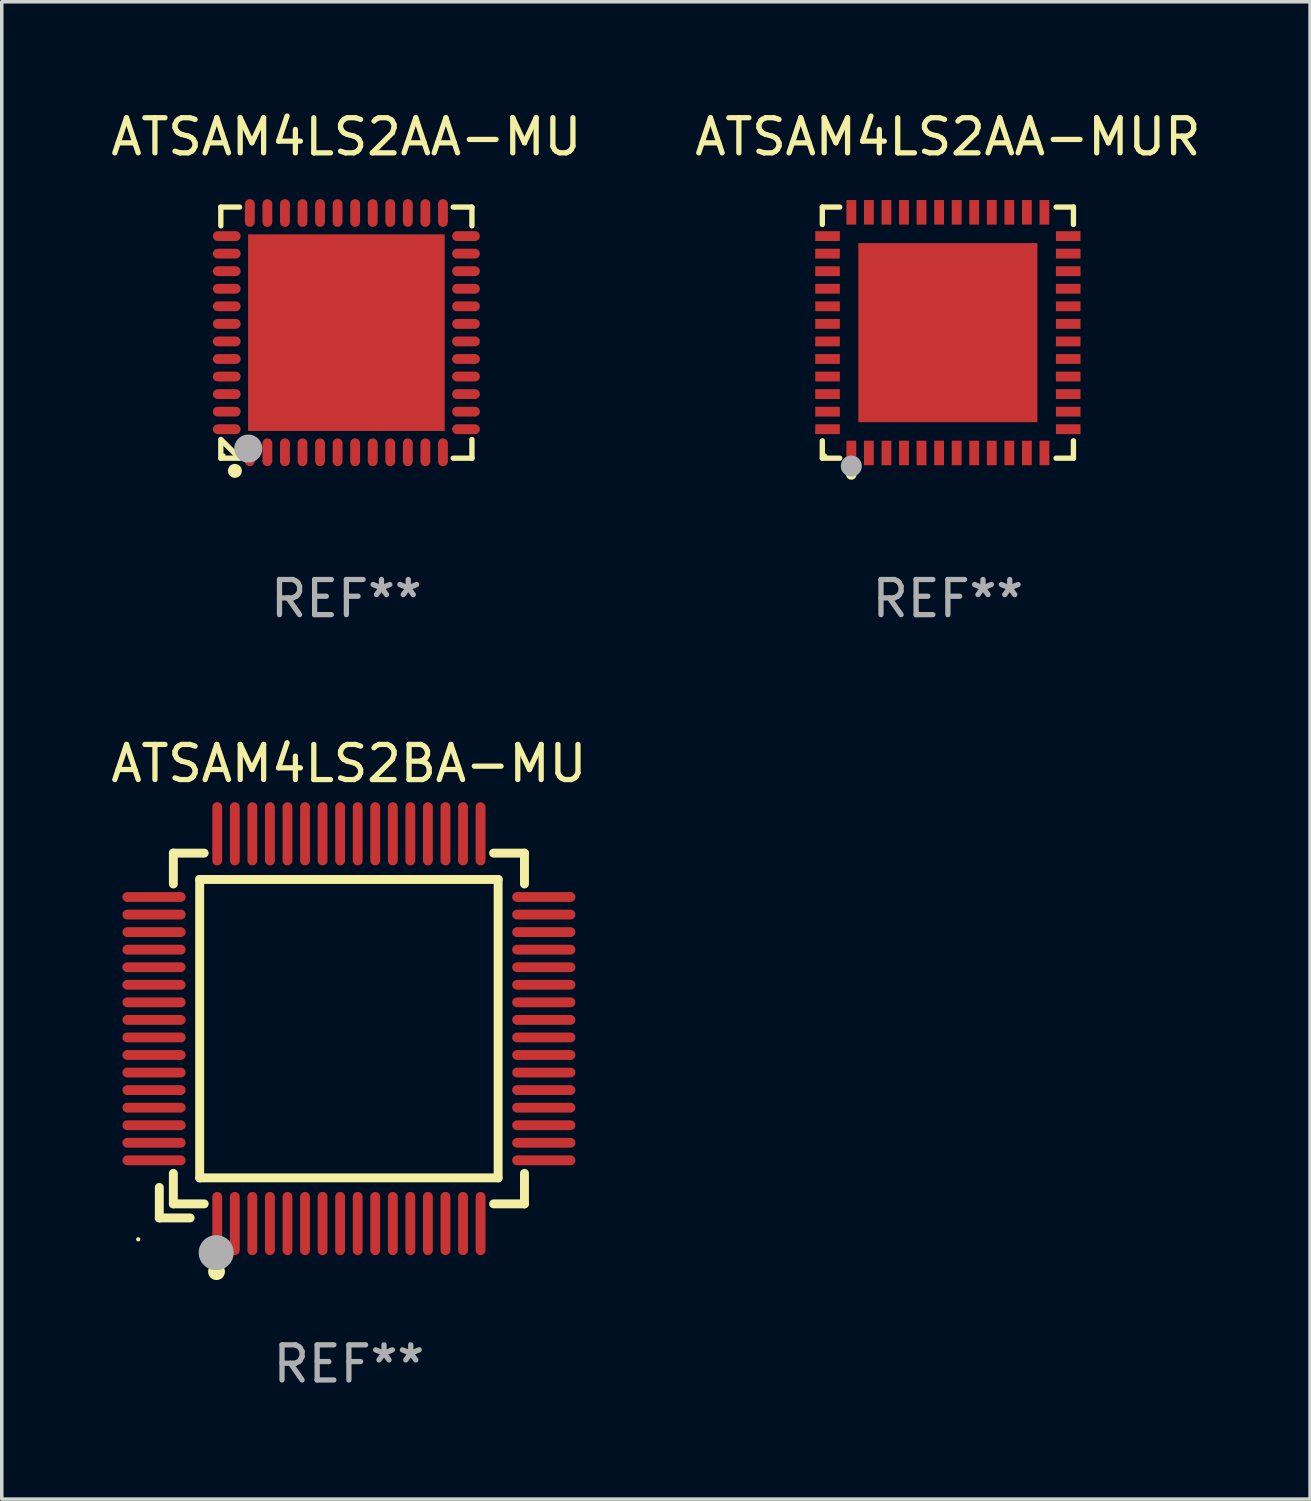
<source format=kicad_pcb>
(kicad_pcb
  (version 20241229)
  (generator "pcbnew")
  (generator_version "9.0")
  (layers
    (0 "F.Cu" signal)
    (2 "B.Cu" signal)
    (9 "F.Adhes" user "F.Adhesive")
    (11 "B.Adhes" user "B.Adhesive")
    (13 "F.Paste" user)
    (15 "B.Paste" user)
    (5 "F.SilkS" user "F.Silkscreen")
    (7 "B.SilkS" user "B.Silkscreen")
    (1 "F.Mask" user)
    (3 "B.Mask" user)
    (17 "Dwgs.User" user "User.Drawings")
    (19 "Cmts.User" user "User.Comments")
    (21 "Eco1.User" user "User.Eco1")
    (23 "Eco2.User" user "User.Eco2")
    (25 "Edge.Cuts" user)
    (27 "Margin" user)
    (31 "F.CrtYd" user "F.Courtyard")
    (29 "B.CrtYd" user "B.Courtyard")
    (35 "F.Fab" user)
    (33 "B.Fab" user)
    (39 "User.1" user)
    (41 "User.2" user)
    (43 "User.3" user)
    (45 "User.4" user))
  (footprint "ATSAM4LS2AA-MU"
    (layer "F.Cu")
    (at 6.815 6.424)
    (property "Reference" "ATSAM4LS2AA-MU" (at 0 -5.576 0) (layer "F.SilkS") (effects (font (size 1 1) (thickness 0.15))))
    (attr through_hole)
    (fp_line (start -3.576 -3.576) (end -3.576 -3.042) (stroke (width 0.152) (type solid)) (layer "F.SilkS"))
    (fp_line (start -3.576 3.576) (end -3.576 3.042) (stroke (width 0.152) (type solid)) (layer "F.SilkS"))
    (fp_line (start -3.069 3.549) (end -3.549 3.069) (stroke (width 0.152) (type solid)) (layer "F.SilkS"))
    (fp_line (start -3.042 -3.576) (end -3.576 -3.576) (stroke (width 0.152) (type solid)) (layer "F.SilkS"))
    (fp_line (start -3.042 3.576) (end -3.576 3.576) (stroke (width 0.152) (type solid)) (layer "F.SilkS"))
    (fp_line (start 3.042 -3.576) (end 3.576 -3.576) (stroke (width 0.152) (type solid)) (layer "F.SilkS"))
    (fp_line (start 3.042 3.576) (end 3.576 3.576) (stroke (width 0.152) (type solid)) (layer "F.SilkS"))
    (fp_line (start 3.576 -3.576) (end 3.576 -3.042) (stroke (width 0.152) (type solid)) (layer "F.SilkS"))
    (fp_line (start 3.576 3.576) (end 3.576 3.042) (stroke (width 0.152) (type solid)) (layer "F.SilkS"))
    (fp_circle (center -3.5 3.5) (end -3.47 3.5) (stroke (width 0.06) (type solid)) (fill no) (layer "F.SilkS"))
    (fp_circle (center -3.175 3.937) (end -3.075 3.937) (stroke (width 0.2) (type solid)) (fill no) (layer "F.SilkS"))
    (fp_circle (center -2.794 3.302) (end -2.594 3.302) (stroke (width 0.4) (type solid)) (fill no) (layer "F.Fab"))
    (fp_text user "REF**" (at 0 7.576 0) (layer "F.Fab") (effects (font (size 1 1) (thickness 0.15))))
    (pad "1" smd oval (at -2.75 3.407) (size 0.28 0.79) (layers "F.Cu" "F.Mask" "F.Paste"))
    (pad "2" smd oval (at -2.25 3.407) (size 0.28 0.79) (layers "F.Cu" "F.Mask" "F.Paste"))
    (pad "3" smd oval (at -1.75 3.407) (size 0.28 0.79) (layers "F.Cu" "F.Mask" "F.Paste"))
    (pad "4" smd oval (at -1.25 3.407) (size 0.28 0.79) (layers "F.Cu" "F.Mask" "F.Paste"))
    (pad "5" smd oval (at -0.75 3.407) (size 0.28 0.79) (layers "F.Cu" "F.Mask" "F.Paste"))
    (pad "6" smd oval (at -0.25 3.407) (size 0.28 0.79) (layers "F.Cu" "F.Mask" "F.Paste"))
    (pad "7" smd oval (at 0.25 3.407) (size 0.28 0.79) (layers "F.Cu" "F.Mask" "F.Paste"))
    (pad "8" smd oval (at 0.75 3.407) (size 0.28 0.79) (layers "F.Cu" "F.Mask" "F.Paste"))
    (pad "9" smd oval (at 1.25 3.407) (size 0.28 0.79) (layers "F.Cu" "F.Mask" "F.Paste"))
    (pad "10" smd oval (at 1.75 3.407) (size 0.28 0.79) (layers "F.Cu" "F.Mask" "F.Paste"))
    (pad "11" smd oval (at 2.25 3.407) (size 0.28 0.79) (layers "F.Cu" "F.Mask" "F.Paste"))
    (pad "12" smd oval (at 2.75 3.407) (size 0.28 0.79) (layers "F.Cu" "F.Mask" "F.Paste"))
    (pad "13" smd oval (at 3.407 2.75) (size 0.79 0.28) (layers "F.Cu" "F.Mask" "F.Paste"))
    (pad "14" smd oval (at 3.407 2.25) (size 0.79 0.28) (layers "F.Cu" "F.Mask" "F.Paste"))
    (pad "15" smd oval (at 3.407 1.75) (size 0.79 0.28) (layers "F.Cu" "F.Mask" "F.Paste"))
    (pad "16" smd oval (at 3.407 1.25) (size 0.79 0.28) (layers "F.Cu" "F.Mask" "F.Paste"))
    (pad "17" smd oval (at 3.407 0.75) (size 0.79 0.28) (layers "F.Cu" "F.Mask" "F.Paste"))
    (pad "18" smd oval (at 3.407 0.25) (size 0.79 0.28) (layers "F.Cu" "F.Mask" "F.Paste"))
    (pad "19" smd oval (at 3.407 -0.25) (size 0.79 0.28) (layers "F.Cu" "F.Mask" "F.Paste"))
    (pad "20" smd oval (at 3.407 -0.75) (size 0.79 0.28) (layers "F.Cu" "F.Mask" "F.Paste"))
    (pad "21" smd oval (at 3.407 -1.25) (size 0.79 0.28) (layers "F.Cu" "F.Mask" "F.Paste"))
    (pad "22" smd oval (at 3.407 -1.75) (size 0.79 0.28) (layers "F.Cu" "F.Mask" "F.Paste"))
    (pad "23" smd oval (at 3.407 -2.25) (size 0.79 0.28) (layers "F.Cu" "F.Mask" "F.Paste"))
    (pad "24" smd oval (at 3.407 -2.75) (size 0.79 0.28) (layers "F.Cu" "F.Mask" "F.Paste"))
    (pad "25" smd oval (at 2.75 -3.407) (size 0.28 0.79) (layers "F.Cu" "F.Mask" "F.Paste"))
    (pad "26" smd oval (at 2.25 -3.407) (size 0.28 0.79) (layers "F.Cu" "F.Mask" "F.Paste"))
    (pad "27" smd oval (at 1.75 -3.407) (size 0.28 0.79) (layers "F.Cu" "F.Mask" "F.Paste"))
    (pad "28" smd oval (at 1.25 -3.407) (size 0.28 0.79) (layers "F.Cu" "F.Mask" "F.Paste"))
    (pad "29" smd oval (at 0.75 -3.407) (size 0.28 0.79) (layers "F.Cu" "F.Mask" "F.Paste"))
    (pad "30" smd oval (at 0.25 -3.407) (size 0.28 0.79) (layers "F.Cu" "F.Mask" "F.Paste"))
    (pad "31" smd oval (at -0.25 -3.407) (size 0.28 0.79) (layers "F.Cu" "F.Mask" "F.Paste"))
    (pad "32" smd oval (at -0.75 -3.407) (size 0.28 0.79) (layers "F.Cu" "F.Mask" "F.Paste"))
    (pad "33" smd oval (at -1.25 -3.407) (size 0.28 0.79) (layers "F.Cu" "F.Mask" "F.Paste"))
    (pad "34" smd oval (at -1.75 -3.407) (size 0.28 0.79) (layers "F.Cu" "F.Mask" "F.Paste"))
    (pad "35" smd oval (at -2.25 -3.407) (size 0.28 0.79) (layers "F.Cu" "F.Mask" "F.Paste"))
    (pad "36" smd oval (at -2.75 -3.407) (size 0.28 0.79) (layers "F.Cu" "F.Mask" "F.Paste"))
    (pad "37" smd oval (at -3.407 -2.75) (size 0.79 0.28) (layers "F.Cu" "F.Mask" "F.Paste"))
    (pad "38" smd oval (at -3.407 -2.25) (size 0.79 0.28) (layers "F.Cu" "F.Mask" "F.Paste"))
    (pad "39" smd oval (at -3.407 -1.75) (size 0.79 0.28) (layers "F.Cu" "F.Mask" "F.Paste"))
    (pad "40" smd oval (at -3.407 -1.25) (size 0.79 0.28) (layers "F.Cu" "F.Mask" "F.Paste"))
    (pad "41" smd oval (at -3.407 -0.75) (size 0.79 0.28) (layers "F.Cu" "F.Mask" "F.Paste"))
    (pad "42" smd oval (at -3.407 -0.25) (size 0.79 0.28) (layers "F.Cu" "F.Mask" "F.Paste"))
    (pad "43" smd oval (at -3.407 0.25) (size 0.79 0.28) (layers "F.Cu" "F.Mask" "F.Paste"))
    (pad "44" smd oval (at -3.407 0.75) (size 0.79 0.28) (layers "F.Cu" "F.Mask" "F.Paste"))
    (pad "45" smd oval (at -3.407 1.25) (size 0.79 0.28) (layers "F.Cu" "F.Mask" "F.Paste"))
    (pad "46" smd oval (at -3.407 1.75) (size 0.79 0.28) (layers "F.Cu" "F.Mask" "F.Paste"))
    (pad "47" smd oval (at -3.407 2.25) (size 0.79 0.28) (layers "F.Cu" "F.Mask" "F.Paste"))
    (pad "48" smd oval (at -3.407 2.75) (size 0.79 0.28) (layers "F.Cu" "F.Mask" "F.Paste"))
    (pad "49" smd rect (at 0 0) (size 5.6 5.6) (layers "F.Cu" "F.Mask" "F.Paste")))
  (footprint "ATSAM4LS2BA-MU"
    (layer "F.Cu")
    (at 6.887 26.247)
    (property "Reference" "ATSAM4LS2BA-MU" (at 0 -7.55 0) (layer "F.SilkS") (effects (font (size 1 1) (thickness 0.15))))
    (attr through_hole)
    (fp_line (start -5.4 4.521) (end -5.4 5.39) (stroke (width 0.254) (type solid)) (layer "F.SilkS"))
    (fp_line (start -5.4 5.39) (end -4.521 5.39) (stroke (width 0.254) (type solid)) (layer "F.SilkS"))
    (fp_line (start -5 -5) (end -5 -4.121) (stroke (width 0.254) (type solid)) (layer "F.SilkS"))
    (fp_line (start -5 4.121) (end -5 4.99) (stroke (width 0.254) (type solid)) (layer "F.SilkS"))
    (fp_line (start -5 4.99) (end -4.121 4.99) (stroke (width 0.254) (type solid)) (layer "F.SilkS"))
    (fp_line (start -4.25 -4.25) (end -4.25 4.25) (stroke (width 0.254) (type solid)) (layer "F.SilkS"))
    (fp_line (start -4.25 4.25) (end 4.25 4.25) (stroke (width 0.254) (type solid)) (layer "F.SilkS"))
    (fp_line (start -4.121 -5) (end -5 -5) (stroke (width 0.254) (type solid)) (layer "F.SilkS"))
    (fp_line (start 4.121 4.99) (end 5 4.99) (stroke (width 0.254) (type solid)) (layer "F.SilkS"))
    (fp_line (start 4.25 -4.25) (end -4.25 -4.25) (stroke (width 0.254) (type solid)) (layer "F.SilkS"))
    (fp_line (start 4.25 4.25) (end 4.25 -4.25) (stroke (width 0.254) (type solid)) (layer "F.SilkS"))
    (fp_line (start 5 -5) (end 4.121 -5) (stroke (width 0.254) (type solid)) (layer "F.SilkS"))
    (fp_line (start 5 -4.121) (end 5 -5) (stroke (width 0.254) (type solid)) (layer "F.SilkS"))
    (fp_line (start 5 4.99) (end 5 4.121) (stroke (width 0.254) (type solid)) (layer "F.SilkS"))
    (fp_circle (center -6 6) (end -5.97 6) (stroke (width 0.06) (type solid)) (fill no) (layer "F.SilkS"))
    (fp_circle (center -3.77 6.92) (end -3.65 6.92) (stroke (width 0.24) (type solid)) (fill no) (layer "F.SilkS"))
    (fp_circle (center -3.78 6.38) (end -3.53 6.38) (stroke (width 0.5) (type solid)) (fill no) (layer "F.Fab"))
    (fp_text user "REF**" (at 0 9.55 0) (layer "F.Fab") (effects (font (size 1 1) (thickness 0.15))))
    (pad "1" smd oval (at -3.75 5.55) (size 0.28 1.8) (layers "F.Cu" "F.Mask" "F.Paste"))
    (pad "2" smd oval (at -3.25 5.55) (size 0.28 1.8) (layers "F.Cu" "F.Mask" "F.Paste"))
    (pad "3" smd oval (at -2.75 5.55) (size 0.28 1.8) (layers "F.Cu" "F.Mask" "F.Paste"))
    (pad "4" smd oval (at -2.25 5.55) (size 0.28 1.8) (layers "F.Cu" "F.Mask" "F.Paste"))
    (pad "5" smd oval (at -1.75 5.55) (size 0.28 1.8) (layers "F.Cu" "F.Mask" "F.Paste"))
    (pad "6" smd oval (at -1.25 5.55) (size 0.28 1.8) (layers "F.Cu" "F.Mask" "F.Paste"))
    (pad "7" smd oval (at -0.75 5.55) (size 0.28 1.8) (layers "F.Cu" "F.Mask" "F.Paste"))
    (pad "8" smd oval (at -0.25 5.55) (size 0.28 1.8) (layers "F.Cu" "F.Mask" "F.Paste"))
    (pad "9" smd oval (at 0.25 5.55) (size 0.28 1.8) (layers "F.Cu" "F.Mask" "F.Paste"))
    (pad "10" smd oval (at 0.75 5.55) (size 0.28 1.8) (layers "F.Cu" "F.Mask" "F.Paste"))
    (pad "11" smd oval (at 1.25 5.55) (size 0.28 1.8) (layers "F.Cu" "F.Mask" "F.Paste"))
    (pad "12" smd oval (at 1.75 5.55) (size 0.28 1.8) (layers "F.Cu" "F.Mask" "F.Paste"))
    (pad "13" smd oval (at 2.25 5.55) (size 0.28 1.8) (layers "F.Cu" "F.Mask" "F.Paste"))
    (pad "14" smd oval (at 2.75 5.55) (size 0.28 1.8) (layers "F.Cu" "F.Mask" "F.Paste"))
    (pad "15" smd oval (at 3.25 5.55) (size 0.28 1.8) (layers "F.Cu" "F.Mask" "F.Paste"))
    (pad "16" smd oval (at 3.75 5.55) (size 0.28 1.8) (layers "F.Cu" "F.Mask" "F.Paste"))
    (pad "17" smd oval (at 5.55 3.75) (size 1.8 0.28) (layers "F.Cu" "F.Mask" "F.Paste"))
    (pad "18" smd oval (at 5.55 3.25) (size 1.8 0.28) (layers "F.Cu" "F.Mask" "F.Paste"))
    (pad "19" smd oval (at 5.55 2.75) (size 1.8 0.28) (layers "F.Cu" "F.Mask" "F.Paste"))
    (pad "20" smd oval (at 5.55 2.25) (size 1.8 0.28) (layers "F.Cu" "F.Mask" "F.Paste"))
    (pad "21" smd oval (at 5.55 1.75) (size 1.8 0.28) (layers "F.Cu" "F.Mask" "F.Paste"))
    (pad "22" smd oval (at 5.55 1.25) (size 1.8 0.28) (layers "F.Cu" "F.Mask" "F.Paste"))
    (pad "23" smd oval (at 5.55 0.75) (size 1.8 0.28) (layers "F.Cu" "F.Mask" "F.Paste"))
    (pad "24" smd oval (at 5.55 0.25) (size 1.8 0.28) (layers "F.Cu" "F.Mask" "F.Paste"))
    (pad "25" smd oval (at 5.55 -0.25) (size 1.8 0.28) (layers "F.Cu" "F.Mask" "F.Paste"))
    (pad "26" smd oval (at 5.55 -0.75) (size 1.8 0.28) (layers "F.Cu" "F.Mask" "F.Paste"))
    (pad "27" smd oval (at 5.55 -1.25) (size 1.8 0.28) (layers "F.Cu" "F.Mask" "F.Paste"))
    (pad "28" smd oval (at 5.55 -1.75) (size 1.8 0.28) (layers "F.Cu" "F.Mask" "F.Paste"))
    (pad "29" smd oval (at 5.55 -2.25) (size 1.8 0.28) (layers "F.Cu" "F.Mask" "F.Paste"))
    (pad "30" smd oval (at 5.55 -2.75) (size 1.8 0.28) (layers "F.Cu" "F.Mask" "F.Paste"))
    (pad "31" smd oval (at 5.55 -3.25) (size 1.8 0.28) (layers "F.Cu" "F.Mask" "F.Paste"))
    (pad "32" smd oval (at 5.55 -3.75) (size 1.8 0.28) (layers "F.Cu" "F.Mask" "F.Paste"))
    (pad "33" smd oval (at 3.75 -5.55) (size 0.28 1.8) (layers "F.Cu" "F.Mask" "F.Paste"))
    (pad "34" smd oval (at 3.25 -5.55) (size 0.28 1.8) (layers "F.Cu" "F.Mask" "F.Paste"))
    (pad "35" smd oval (at 2.75 -5.55) (size 0.28 1.8) (layers "F.Cu" "F.Mask" "F.Paste"))
    (pad "36" smd oval (at 2.25 -5.55) (size 0.28 1.8) (layers "F.Cu" "F.Mask" "F.Paste"))
    (pad "37" smd oval (at 1.75 -5.55) (size 0.28 1.8) (layers "F.Cu" "F.Mask" "F.Paste"))
    (pad "38" smd oval (at 1.25 -5.55) (size 0.28 1.8) (layers "F.Cu" "F.Mask" "F.Paste"))
    (pad "39" smd oval (at 0.75 -5.55) (size 0.28 1.8) (layers "F.Cu" "F.Mask" "F.Paste"))
    (pad "40" smd oval (at 0.25 -5.55) (size 0.28 1.8) (layers "F.Cu" "F.Mask" "F.Paste"))
    (pad "41" smd oval (at -0.25 -5.55) (size 0.28 1.8) (layers "F.Cu" "F.Mask" "F.Paste"))
    (pad "42" smd oval (at -0.75 -5.55) (size 0.28 1.8) (layers "F.Cu" "F.Mask" "F.Paste"))
    (pad "43" smd oval (at -1.25 -5.55) (size 0.28 1.8) (layers "F.Cu" "F.Mask" "F.Paste"))
    (pad "44" smd oval (at -1.75 -5.55) (size 0.28 1.8) (layers "F.Cu" "F.Mask" "F.Paste"))
    (pad "45" smd oval (at -2.25 -5.55) (size 0.28 1.8) (layers "F.Cu" "F.Mask" "F.Paste"))
    (pad "46" smd oval (at -2.75 -5.55) (size 0.28 1.8) (layers "F.Cu" "F.Mask" "F.Paste"))
    (pad "47" smd oval (at -3.25 -5.55) (size 0.28 1.8) (layers "F.Cu" "F.Mask" "F.Paste"))
    (pad "48" smd oval (at -3.75 -5.55) (size 0.28 1.8) (layers "F.Cu" "F.Mask" "F.Paste"))
    (pad "49" smd oval (at -5.55 -3.75) (size 1.8 0.28) (layers "F.Cu" "F.Mask" "F.Paste"))
    (pad "50" smd oval (at -5.55 -3.25) (size 1.8 0.28) (layers "F.Cu" "F.Mask" "F.Paste"))
    (pad "51" smd oval (at -5.55 -2.75) (size 1.8 0.28) (layers "F.Cu" "F.Mask" "F.Paste"))
    (pad "52" smd oval (at -5.55 -2.25) (size 1.8 0.28) (layers "F.Cu" "F.Mask" "F.Paste"))
    (pad "53" smd oval (at -5.55 -1.75) (size 1.8 0.28) (layers "F.Cu" "F.Mask" "F.Paste"))
    (pad "54" smd oval (at -5.55 -1.25) (size 1.8 0.28) (layers "F.Cu" "F.Mask" "F.Paste"))
    (pad "55" smd oval (at -5.55 -0.75) (size 1.8 0.28) (layers "F.Cu" "F.Mask" "F.Paste"))
    (pad "56" smd oval (at -5.55 -0.25) (size 1.8 0.28) (layers "F.Cu" "F.Mask" "F.Paste"))
    (pad "57" smd oval (at -5.55 0.25) (size 1.8 0.28) (layers "F.Cu" "F.Mask" "F.Paste"))
    (pad "58" smd oval (at -5.55 0.75) (size 1.8 0.28) (layers "F.Cu" "F.Mask" "F.Paste"))
    (pad "59" smd oval (at -5.55 1.25) (size 1.8 0.28) (layers "F.Cu" "F.Mask" "F.Paste"))
    (pad "60" smd oval (at -5.55 1.75) (size 1.8 0.28) (layers "F.Cu" "F.Mask" "F.Paste"))
    (pad "61" smd oval (at -5.55 2.25) (size 1.8 0.28) (layers "F.Cu" "F.Mask" "F.Paste"))
    (pad "62" smd oval (at -5.55 2.75) (size 1.8 0.28) (layers "F.Cu" "F.Mask" "F.Paste"))
    (pad "63" smd oval (at -5.55 3.25) (size 1.8 0.28) (layers "F.Cu" "F.Mask" "F.Paste"))
    (pad "64" smd oval (at -5.55 3.75) (size 1.8 0.28) (layers "F.Cu" "F.Mask" "F.Paste")))
  (footprint "ATSAM4LS2AA-MUR"
    (layer "F.Cu")
    (at 23.946 6.424)
    (property "Reference" "ATSAM4LS2AA-MUR" (at 0 -5.576 0) (layer "F.SilkS") (effects (font (size 1 1) (thickness 0.15))))
    (attr through_hole)
    (fp_line (start -3.576 -3.576) (end -3.081 -3.576) (stroke (width 0.152) (type solid)) (layer "F.SilkS"))
    (fp_line (start -3.576 -3.081) (end -3.576 -3.576) (stroke (width 0.152) (type solid)) (layer "F.SilkS"))
    (fp_line (start -3.576 3.081) (end -3.576 3.576) (stroke (width 0.152) (type solid)) (layer "F.SilkS"))
    (fp_line (start -3.576 3.576) (end -3.081 3.576) (stroke (width 0.152) (type solid)) (layer "F.SilkS"))
    (fp_line (start 3.576 -3.576) (end 3.081 -3.576) (stroke (width 0.152) (type solid)) (layer "F.SilkS"))
    (fp_line (start 3.576 -3.081) (end 3.576 -3.576) (stroke (width 0.152) (type solid)) (layer "F.SilkS"))
    (fp_line (start 3.576 3.081) (end 3.576 3.576) (stroke (width 0.152) (type solid)) (layer "F.SilkS"))
    (fp_line (start 3.576 3.576) (end 3.081 3.576) (stroke (width 0.152) (type solid)) (layer "F.SilkS"))
    (fp_circle (center -3.5 3.5) (end -3.47 3.5) (stroke (width 0.06) (type solid)) (fill no) (layer "F.SilkS"))
    (fp_circle (center -2.75 4.04) (end -2.675 4.04) (stroke (width 0.15) (type solid)) (fill no) (layer "F.SilkS"))
    (fp_circle (center -2.75 3.8) (end -2.6 3.8) (stroke (width 0.3) (type solid)) (fill no) (layer "F.Fab"))
    (fp_text user "REF**" (at 0 7.576 0) (layer "F.Fab") (effects (font (size 1 1) (thickness 0.15))))
    (pad "1" smd rect (at -2.75 3.427) (size 0.28 0.7) (layers "F.Cu" "F.Mask" "F.Paste"))
    (pad "2" smd rect (at -2.25 3.427) (size 0.28 0.7) (layers "F.Cu" "F.Mask" "F.Paste"))
    (pad "3" smd rect (at -1.75 3.427) (size 0.28 0.7) (layers "F.Cu" "F.Mask" "F.Paste"))
    (pad "4" smd rect (at -1.25 3.427) (size 0.28 0.7) (layers "F.Cu" "F.Mask" "F.Paste"))
    (pad "5" smd rect (at -0.75 3.427) (size 0.28 0.7) (layers "F.Cu" "F.Mask" "F.Paste"))
    (pad "6" smd rect (at -0.25 3.427) (size 0.28 0.7) (layers "F.Cu" "F.Mask" "F.Paste"))
    (pad "7" smd rect (at 0.25 3.427) (size 0.28 0.7) (layers "F.Cu" "F.Mask" "F.Paste"))
    (pad "8" smd rect (at 0.75 3.427) (size 0.28 0.7) (layers "F.Cu" "F.Mask" "F.Paste"))
    (pad "9" smd rect (at 1.25 3.427) (size 0.28 0.7) (layers "F.Cu" "F.Mask" "F.Paste"))
    (pad "10" smd rect (at 1.75 3.427) (size 0.28 0.7) (layers "F.Cu" "F.Mask" "F.Paste"))
    (pad "11" smd rect (at 2.25 3.427) (size 0.28 0.7) (layers "F.Cu" "F.Mask" "F.Paste"))
    (pad "12" smd rect (at 2.75 3.427) (size 0.28 0.7) (layers "F.Cu" "F.Mask" "F.Paste"))
    (pad "13" smd rect (at 3.427 2.75) (size 0.7 0.28) (layers "F.Cu" "F.Mask" "F.Paste"))
    (pad "14" smd rect (at 3.427 2.25) (size 0.7 0.28) (layers "F.Cu" "F.Mask" "F.Paste"))
    (pad "15" smd rect (at 3.427 1.75) (size 0.7 0.28) (layers "F.Cu" "F.Mask" "F.Paste"))
    (pad "16" smd rect (at 3.427 1.25) (size 0.7 0.28) (layers "F.Cu" "F.Mask" "F.Paste"))
    (pad "17" smd rect (at 3.427 0.75) (size 0.7 0.28) (layers "F.Cu" "F.Mask" "F.Paste"))
    (pad "18" smd rect (at 3.427 0.25) (size 0.7 0.28) (layers "F.Cu" "F.Mask" "F.Paste"))
    (pad "19" smd rect (at 3.427 -0.25) (size 0.7 0.28) (layers "F.Cu" "F.Mask" "F.Paste"))
    (pad "20" smd rect (at 3.427 -0.75) (size 0.7 0.28) (layers "F.Cu" "F.Mask" "F.Paste"))
    (pad "21" smd rect (at 3.427 -1.25) (size 0.7 0.28) (layers "F.Cu" "F.Mask" "F.Paste"))
    (pad "22" smd rect (at 3.427 -1.75) (size 0.7 0.28) (layers "F.Cu" "F.Mask" "F.Paste"))
    (pad "23" smd rect (at 3.427 -2.25) (size 0.7 0.28) (layers "F.Cu" "F.Mask" "F.Paste"))
    (pad "24" smd rect (at 3.427 -2.75) (size 0.7 0.28) (layers "F.Cu" "F.Mask" "F.Paste"))
    (pad "25" smd rect (at 2.75 -3.427) (size 0.28 0.7) (layers "F.Cu" "F.Mask" "F.Paste"))
    (pad "26" smd rect (at 2.25 -3.427) (size 0.28 0.7) (layers "F.Cu" "F.Mask" "F.Paste"))
    (pad "27" smd rect (at 1.75 -3.427) (size 0.28 0.7) (layers "F.Cu" "F.Mask" "F.Paste"))
    (pad "28" smd rect (at 1.25 -3.427) (size 0.28 0.7) (layers "F.Cu" "F.Mask" "F.Paste"))
    (pad "29" smd rect (at 0.75 -3.427) (size 0.28 0.7) (layers "F.Cu" "F.Mask" "F.Paste"))
    (pad "30" smd rect (at 0.25 -3.427) (size 0.28 0.7) (layers "F.Cu" "F.Mask" "F.Paste"))
    (pad "31" smd rect (at -0.25 -3.427) (size 0.28 0.7) (layers "F.Cu" "F.Mask" "F.Paste"))
    (pad "32" smd rect (at -0.75 -3.427) (size 0.28 0.7) (layers "F.Cu" "F.Mask" "F.Paste"))
    (pad "33" smd rect (at -1.25 -3.427) (size 0.28 0.7) (layers "F.Cu" "F.Mask" "F.Paste"))
    (pad "34" smd rect (at -1.75 -3.427) (size 0.28 0.7) (layers "F.Cu" "F.Mask" "F.Paste"))
    (pad "35" smd rect (at -2.25 -3.427) (size 0.28 0.7) (layers "F.Cu" "F.Mask" "F.Paste"))
    (pad "36" smd rect (at -2.75 -3.427) (size 0.28 0.7) (layers "F.Cu" "F.Mask" "F.Paste"))
    (pad "37" smd rect (at -3.427 -2.75) (size 0.7 0.28) (layers "F.Cu" "F.Mask" "F.Paste"))
    (pad "38" smd rect (at -3.427 -2.25) (size 0.7 0.28) (layers "F.Cu" "F.Mask" "F.Paste"))
    (pad "39" smd rect (at -3.427 -1.75) (size 0.7 0.28) (layers "F.Cu" "F.Mask" "F.Paste"))
    (pad "40" smd rect (at -3.427 -1.25) (size 0.7 0.28) (layers "F.Cu" "F.Mask" "F.Paste"))
    (pad "41" smd rect (at -3.427 -0.75) (size 0.7 0.28) (layers "F.Cu" "F.Mask" "F.Paste"))
    (pad "42" smd rect (at -3.427 -0.25) (size 0.7 0.28) (layers "F.Cu" "F.Mask" "F.Paste"))
    (pad "43" smd rect (at -3.427 0.25) (size 0.7 0.28) (layers "F.Cu" "F.Mask" "F.Paste"))
    (pad "44" smd rect (at -3.427 0.75) (size 0.7 0.28) (layers "F.Cu" "F.Mask" "F.Paste"))
    (pad "45" smd rect (at -3.427 1.25) (size 0.7 0.28) (layers "F.Cu" "F.Mask" "F.Paste"))
    (pad "46" smd rect (at -3.427 1.75) (size 0.7 0.28) (layers "F.Cu" "F.Mask" "F.Paste"))
    (pad "47" smd rect (at -3.427 2.25) (size 0.7 0.28) (layers "F.Cu" "F.Mask" "F.Paste"))
    (pad "48" smd rect (at -3.427 2.75) (size 0.7 0.28) (layers "F.Cu" "F.Mask" "F.Paste"))
    (pad "49" smd rect (at 0 0) (size 5.1 5.1) (layers "F.Cu" "F.Mask" "F.Paste")))
  (gr_rect
    (start -3 -3)
    (end 34.262 39.645)
    (stroke (width 0.1) (type default))
    (fill no)
    (layer "Edge.Cuts")))
</source>
